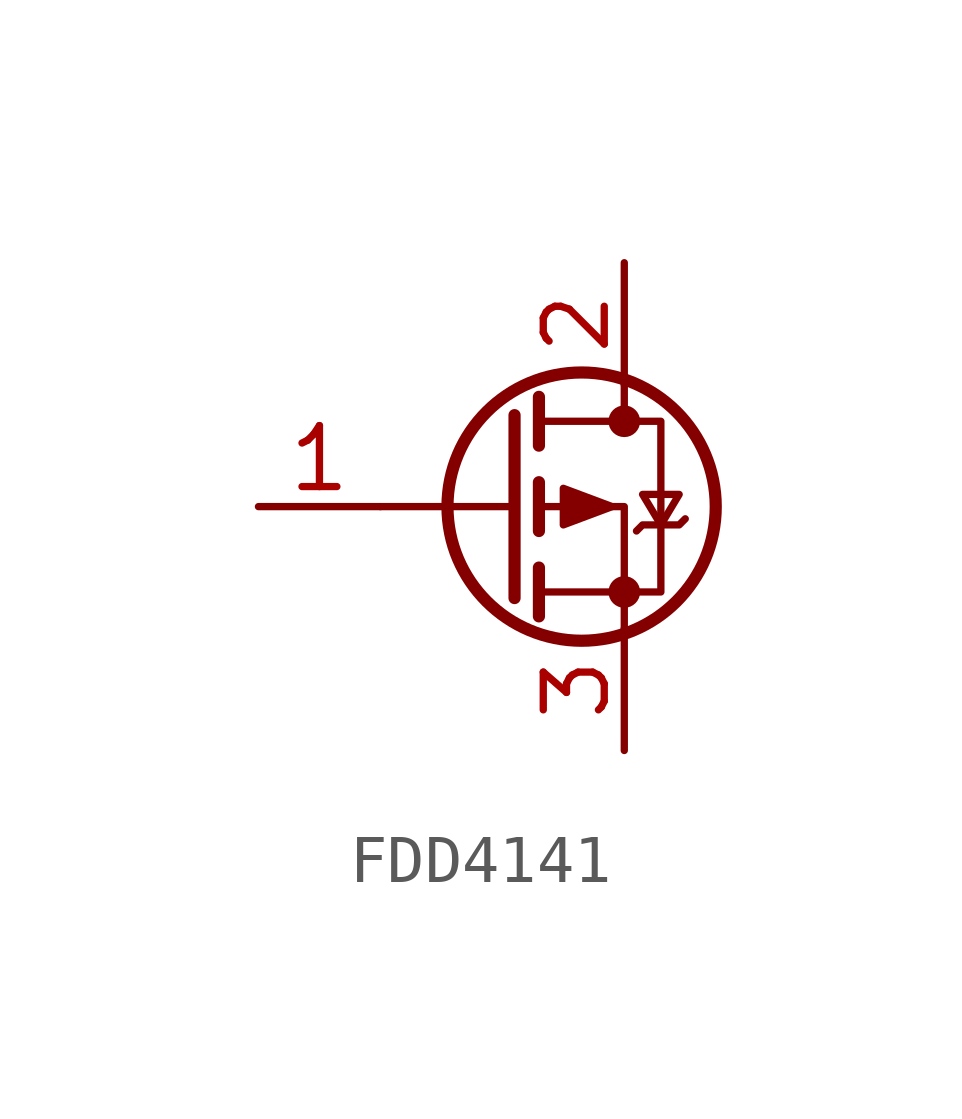
<source format=kicad_sym>
(kicad_symbol_lib
  (version 20241209)
  (generator "kicad_symbol_editor")
  (generator_version "9.0")
  (symbol "FDD4141"
    (pin_names
      (hide yes))
    (property "Reference" "Q"
      (at 11.43 3.81 0)
      (effects (font (size 1.27 1.27)) (justify left top) (hide yes)))
    (symbol "FDD4141_0_1"
      (polyline (pts (xy -2.286 1.905) (xy -2.286 -1.905)) (stroke (width 0.254) (type default)) (fill (type none)))
      (polyline (pts (xy -2.286 0) (xy -5.08 0)) (stroke (width 0) (type default)) (fill (type none)))
      (polyline (pts (xy -1.778 2.286) (xy -1.778 1.27)) (stroke (width 0.254) (type default)) (fill (type none)))
      (polyline (pts (xy -1.778 1.778) (xy 0.762 1.778) (xy 0.762 -1.778) (xy -1.778 -1.778)) (stroke (width 0) (type default)) (fill (type none)))
      (polyline (pts (xy -1.778 0.508) (xy -1.778 -0.508)) (stroke (width 0.254) (type default)) (fill (type none)))
      (polyline (pts (xy -1.778 -1.27) (xy -1.778 -2.286)) (stroke (width 0.254) (type default)) (fill (type none)))
      (circle (center -0.889 0) (radius 2.794) (stroke (width 0.254) (type default)) (fill (type none)))
      (polyline (pts (xy -0.254 0) (xy -1.27 0.381) (xy -1.27 -0.381) (xy -0.254 0)) (stroke (width 0) (type default)) (fill (type outline)))
      (polyline (pts (xy 0 2.54) (xy 0 1.778)) (stroke (width 0) (type default)) (fill (type none)))
      (circle (center 0 1.778) (radius 0.254) (stroke (width 0) (type default)) (fill (type outline)))
      (circle (center 0 -1.778) (radius 0.254) (stroke (width 0) (type default)) (fill (type outline)))
      (polyline (pts (xy 0 -2.54) (xy 0 0) (xy -1.778 0)) (stroke (width 0) (type default)) (fill (type none)))
      (polyline (pts (xy 0.254 -0.508) (xy 0.381 -0.381) (xy 1.143 -0.381) (xy 1.27 -0.254)) (stroke (width 0) (type default)) (fill (type none)))
      (polyline (pts (xy 0.762 -0.381) (xy 0.381 0.254) (xy 1.143 0.254) (xy 0.762 -0.381)) (stroke (width 0) (type default)) (fill (type none))))
    (symbol "FDD4141_1_1"
      (pin input line (at -7.62 0 0) (length 2.54) (name "G" (effects (font (size 1.27 1.27)))) (number "1" (effects (font (size 1.27 1.27)))))
      (pin passive line (at 0 5.08 270) (length 2.54) (name "D" (effects (font (size 1.27 1.27)))) (number "2" (effects (font (size 1.27 1.27)))))
      (pin passive line (at 0 -5.08 90) (length 2.54) (name "S" (effects (font (size 1.27 1.27)))) (number "3" (effects (font (size 1.27 1.27))))))))
</source>
